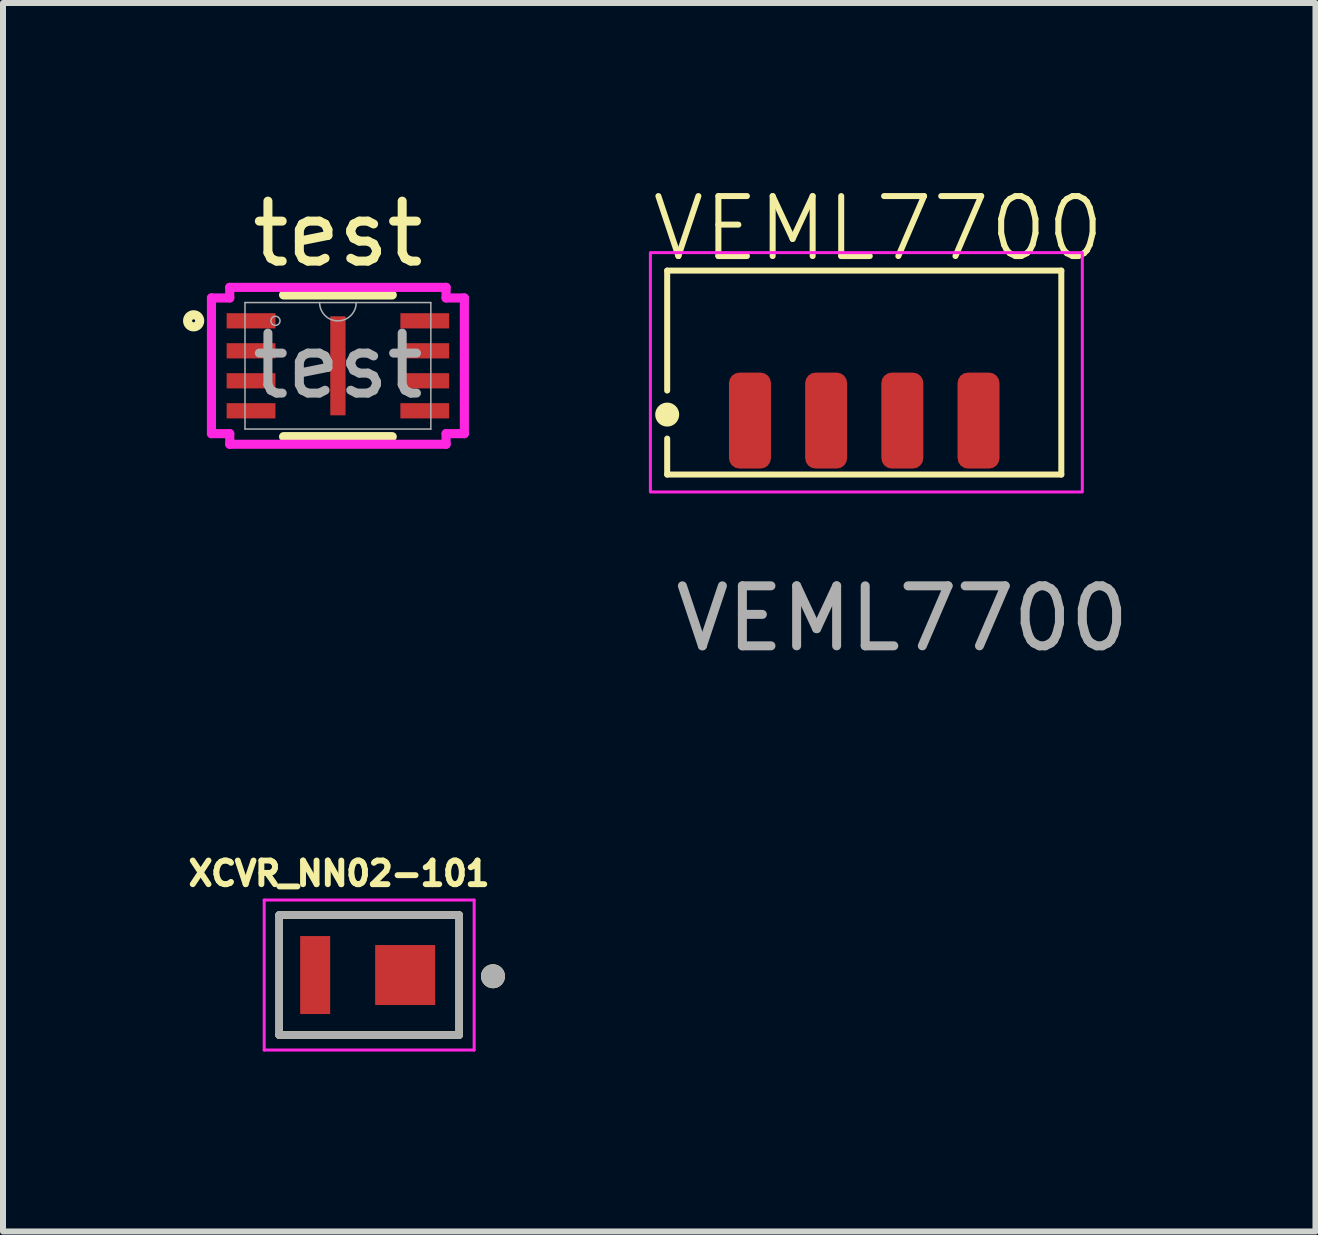
<source format=kicad_pcb>
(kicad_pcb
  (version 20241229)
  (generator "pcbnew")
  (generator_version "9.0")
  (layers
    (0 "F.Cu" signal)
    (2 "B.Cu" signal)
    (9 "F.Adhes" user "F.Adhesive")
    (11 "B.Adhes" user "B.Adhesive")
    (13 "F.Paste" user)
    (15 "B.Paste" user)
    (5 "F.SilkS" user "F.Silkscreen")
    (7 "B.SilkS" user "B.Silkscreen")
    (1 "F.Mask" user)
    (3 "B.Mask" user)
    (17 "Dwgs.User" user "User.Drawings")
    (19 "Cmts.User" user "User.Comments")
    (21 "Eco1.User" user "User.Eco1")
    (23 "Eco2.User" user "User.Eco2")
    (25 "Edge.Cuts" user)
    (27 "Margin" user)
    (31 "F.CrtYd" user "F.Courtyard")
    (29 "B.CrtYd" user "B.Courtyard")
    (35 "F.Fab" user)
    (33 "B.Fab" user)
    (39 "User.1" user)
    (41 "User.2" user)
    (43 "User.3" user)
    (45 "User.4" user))
  (footprint "VEML7700"
    (layer "F.Cu")
    (at 11.992 4.761)
    (property "Reference" "VEML7700" (at -0.4 -4 0) (unlocked yes) (layer "F.SilkS") (effects (font (size 1 1) (thickness 0.1))))
    (attr smd)
    (fp_line (start -3.92 -1.3) (end -3.92 -3.3) (stroke (width 0.1) (type default)) (layer "F.SilkS"))
    (fp_line (start -3.92 0.1) (end -3.92 -0.5) (stroke (width 0.1) (type default)) (layer "F.SilkS"))
    (fp_line (start 2.65 -3.3) (end -3.92 -3.3) (stroke (width 0.1) (type default)) (layer "F.SilkS"))
    (fp_line (start 2.65 0.1) (end -3.92 0.1) (stroke (width 0.1) (type default)) (layer "F.SilkS"))
    (fp_line (start 2.65 0.1) (end 2.65 -3.3) (stroke (width 0.1) (type default)) (layer "F.SilkS"))
    (fp_circle (center -3.92 -0.9) (end -3.77 -0.9) (stroke (width 0.1) (type solid)) (fill yes) (layer "F.SilkS"))
    (fp_rect (start -4.2 -3.6) (end 3 0.39) (stroke (width 0.05) (type default)) (fill no) (layer "F.CrtYd"))
    (fp_text user "${REFERENCE}" (at 0 2.5 0) (unlocked yes) (layer "F.Fab") (effects (font (size 1 1) (thickness 0.15))))
    (pad "1" smd roundrect (at -2.54 -0.8) (size 0.7 1.6) (layers "F.Cu" "F.Mask" "F.Paste") (roundrect_rratio 0.25))
    (pad "2" smd roundrect (at -1.27 -0.8) (size 0.7 1.6) (layers "F.Cu" "F.Mask" "F.Paste") (roundrect_rratio 0.25))
    (pad "3" smd roundrect (at 0 -0.8) (size 0.7 1.6) (layers "F.Cu" "F.Mask" "F.Paste") (roundrect_rratio 0.25))
    (pad "4" smd roundrect (at 1.27 -0.8) (size 0.7 1.6) (layers "F.Cu" "F.Mask" "F.Paste") (roundrect_rratio 0.25)))
  (footprint "test"
    (layer "F.Cu")
    (at 2.583 3.048)
    (property "Reference" "test" (at 0 -2.2 0) (unlocked yes) (layer "F.SilkS") (effects (font (size 1 1) (thickness 0.15))))
    (attr smd)
    (fp_line (start -0.906 1.181) (end 0.906 1.181) (stroke (width 0.152) (type solid)) (layer "F.SilkS"))
    (fp_line (start 0.906 -1.181) (end -0.906 -1.181) (stroke (width 0.152) (type solid)) (layer "F.SilkS"))
    (fp_circle (center -2.405 -0.75) (end -2.304 -0.75) (stroke (width 0.152) (type solid)) (fill no) (layer "F.SilkS"))
    (fp_line (start -2.108 -1.131) (end -1.803 -1.131) (stroke (width 0.152) (type solid)) (layer "F.CrtYd"))
    (fp_line (start -2.108 1.131) (end -2.108 -1.131) (stroke (width 0.152) (type solid)) (layer "F.CrtYd"))
    (fp_line (start -2.108 1.131) (end -1.803 1.131) (stroke (width 0.152) (type solid)) (layer "F.CrtYd"))
    (fp_line (start -1.803 -1.308) (end 1.803 -1.308) (stroke (width 0.152) (type solid)) (layer "F.CrtYd"))
    (fp_line (start -1.803 -1.131) (end -1.803 -1.308) (stroke (width 0.152) (type solid)) (layer "F.CrtYd"))
    (fp_line (start -1.803 1.308) (end -1.803 1.131) (stroke (width 0.152) (type solid)) (layer "F.CrtYd"))
    (fp_line (start 1.803 -1.308) (end 1.803 -1.131) (stroke (width 0.152) (type solid)) (layer "F.CrtYd"))
    (fp_line (start 1.803 1.131) (end 1.803 1.308) (stroke (width 0.152) (type solid)) (layer "F.CrtYd"))
    (fp_line (start 1.803 1.308) (end -1.803 1.308) (stroke (width 0.152) (type solid)) (layer "F.CrtYd"))
    (fp_line (start 2.108 -1.131) (end 1.803 -1.131) (stroke (width 0.152) (type solid)) (layer "F.CrtYd"))
    (fp_line (start 2.108 -1.131) (end 2.108 1.131) (stroke (width 0.152) (type solid)) (layer "F.CrtYd"))
    (fp_line (start 2.108 1.131) (end 1.803 1.131) (stroke (width 0.152) (type solid)) (layer "F.CrtYd"))
    (fp_line (start -1.549 -1.054) (end -1.549 1.054) (stroke (width 0.025) (type solid)) (layer "F.Fab"))
    (fp_line (start -1.549 1.054) (end 1.549 1.054) (stroke (width 0.025) (type solid)) (layer "F.Fab"))
    (fp_line (start 1.549 -1.054) (end -1.549 -1.054) (stroke (width 0.025) (type solid)) (layer "F.Fab"))
    (fp_line (start 1.549 1.054) (end 1.549 -1.054) (stroke (width 0.025) (type solid)) (layer "F.Fab"))
    (fp_arc (start 0.3048 -1.0541) (mid 0 -0.7493) (end -0.3048 -1.0541) (stroke (width 0.0254) (type solid)) (layer "F.Fab"))
    (fp_circle (center -1.041 -0.75) (end -0.965 -0.75) (stroke (width 0.025) (type solid)) (fill no) (layer "F.Fab"))
    (fp_text user "${REFERENCE}" (at 0 0 0) (unlocked yes) (layer "F.Fab") (effects (font (size 1 1) (thickness 0.15))))
    (pad "1" smd rect (at -1.448 -0.75) (size 0.813 0.254) (layers "F.Cu" "F.Mask" "F.Paste"))
    (pad "2" smd rect (at -1.448 -0.25) (size 0.813 0.254) (layers "F.Cu" "F.Mask" "F.Paste"))
    (pad "3" smd rect (at -1.448 0.25) (size 0.813 0.254) (layers "F.Cu" "F.Mask" "F.Paste"))
    (pad "4" smd rect (at -1.448 0.75) (size 0.813 0.254) (layers "F.Cu" "F.Mask" "F.Paste"))
    (pad "5" smd rect (at 1.448 0.75) (size 0.813 0.254) (layers "F.Cu" "F.Mask" "F.Paste"))
    (pad "6" smd rect (at 1.448 0.25) (size 0.813 0.254) (layers "F.Cu" "F.Mask" "F.Paste"))
    (pad "7" smd rect (at 1.448 -0.25) (size 0.813 0.254) (layers "F.Cu" "F.Mask" "F.Paste"))
    (pad "8" smd rect (at 1.448 -0.75) (size 0.813 0.254) (layers "F.Cu" "F.Mask" "F.Paste"))
    (pad "9" smd rect (at 0 0) (size 0.254 1.651) (layers "F.Cu" "F.Mask" "F.Paste")))
  (footprint "XCVR_NN02-101"
    (layer "F.Cu")
    (at 3.104 13.204)
    (property "Reference" "XCVR_NN02-101" (at -0.502 -1.692 0) (layer "F.SilkS") (effects (font (size 0.394 0.394) (thickness 0.15))))
    (attr smd)
    (fp_line (start -1.5 1) (end -1.5 -1) (stroke (width 0.127) (type solid)) (layer "F.SilkS"))
    (fp_line (start 1.5 -1) (end -1.5 -1) (stroke (width 0.127) (type solid)) (layer "F.SilkS"))
    (fp_line (start 1.5 1) (end -1.5 1) (stroke (width 0.127) (type solid)) (layer "F.SilkS"))
    (fp_line (start 1.5 1) (end 1.5 -1) (stroke (width 0.127) (type solid)) (layer "F.SilkS"))
    (fp_circle (center 2.064 0.02) (end 2.164 0.02) (stroke (width 0.2) (type solid)) (fill no) (layer "F.SilkS"))
    (fp_line (start -1.75 -1.25) (end 1.75 -1.25) (stroke (width 0.05) (type solid)) (layer "F.CrtYd"))
    (fp_line (start -1.75 1.25) (end -1.75 -1.25) (stroke (width 0.05) (type solid)) (layer "F.CrtYd"))
    (fp_line (start -1.75 1.25) (end 1.75 1.25) (stroke (width 0.05) (type solid)) (layer "F.CrtYd"))
    (fp_line (start 1.75 1.25) (end 1.75 -1.25) (stroke (width 0.05) (type solid)) (layer "F.CrtYd"))
    (fp_line (start -1.5 1) (end -1.5 -1) (stroke (width 0.127) (type solid)) (layer "F.Fab"))
    (fp_line (start 1.5 -1) (end -1.5 -1) (stroke (width 0.127) (type solid)) (layer "F.Fab"))
    (fp_line (start 1.5 1) (end -1.5 1) (stroke (width 0.127) (type solid)) (layer "F.Fab"))
    (fp_line (start 1.5 1) (end 1.5 -1) (stroke (width 0.127) (type solid)) (layer "F.Fab"))
    (fp_circle (center 2.064 0.02) (end 2.164 0.02) (stroke (width 0.2) (type solid)) (fill no) (layer "F.Fab"))
    (pad "1" smd rect (at 0.6 0) (size 1 1) (layers "F.Cu" "F.Mask" "F.Paste"))
    (pad "2" smd rect (at -0.9 0) (size 0.5 1.3) (layers "F.Cu" "F.Mask" "F.Paste"))
    (zone (net_name "") (layer "F.Cu") (hatch full 0.508) (connect_pads) (min_thickness 0.01) (filled_areas_thickness no) (keepout (tracks not_allowed) (vias not_allowed) (pads not_allowed) (copperpour not_allowed) (footprints allowed)) (placement (enabled no)) (fill) (polygon (pts (xy 2.454 14.204) (xy 1.954 14.204) (xy 1.954 13.854) (xy 2.454 13.854))))
    (zone (net_name "") (layer "F.Cu") (hatch full 0.508) (connect_pads) (min_thickness 0.01) (filled_areas_thickness no) (keepout (tracks not_allowed) (vias not_allowed) (pads not_allowed) (copperpour not_allowed) (footprints allowed)) (placement (enabled no)) (fill) (polygon (pts (xy 4.204 12.204) (xy 4.204 14.204) (xy 4.604 14.204) (xy 4.604 12.204))))
    (zone (net_name "") (layer "F.Cu") (hatch full 0.508) (connect_pads) (min_thickness 0.01) (filled_areas_thickness no) (keepout (tracks not_allowed) (vias not_allowed) (pads not_allowed) (copperpour not_allowed) (footprints allowed)) (placement (enabled no)) (fill) (polygon (pts (xy 1.954 14.204) (xy 1.604 14.204) (xy 1.604 12.204) (xy 3.204 12.204) (xy 3.204 14.204) (xy 2.454 14.204) (xy 2.454 12.554) (xy 1.954 12.554))))
    (zone (net_name "") (layers "F.Cu" "B.Cu") (hatch full 0.508) (connect_pads) (min_thickness 0.01) (filled_areas_thickness no) (keepout (tracks allowed) (vias not_allowed) (pads allowed) (copperpour allowed) (footprints allowed)) (placement (enabled no)) (fill) (polygon (pts (xy 2.454 14.204) (xy 1.954 14.204) (xy 1.954 13.854) (xy 2.454 13.854))))
    (zone (net_name "") (layers "F.Cu" "B.Cu") (hatch full 0.508) (connect_pads) (min_thickness 0.01) (filled_areas_thickness no) (keepout (tracks allowed) (vias not_allowed) (pads allowed) (copperpour allowed) (footprints allowed)) (placement (enabled no)) (fill) (polygon (pts (xy 4.204 12.204) (xy 4.204 14.204) (xy 4.604 14.204) (xy 4.604 12.204))))
    (zone (net_name "") (layers "F.Cu" "B.Cu") (hatch full 0.508) (connect_pads) (min_thickness 0.01) (filled_areas_thickness no) (keepout (tracks allowed) (vias not_allowed) (pads allowed) (copperpour allowed) (footprints allowed)) (placement (enabled no)) (fill) (polygon (pts (xy 1.954 14.204) (xy 1.604 14.204) (xy 1.604 12.204) (xy 3.204 12.204) (xy 3.204 14.204) (xy 2.454 14.204) (xy 2.454 12.554) (xy 1.954 12.554)))))
  (gr_rect
    (start -3 -3)
    (end 18.879 17.479)
    (stroke (width 0.1) (type default))
    (fill no)
    (layer "Edge.Cuts")))
</source>
